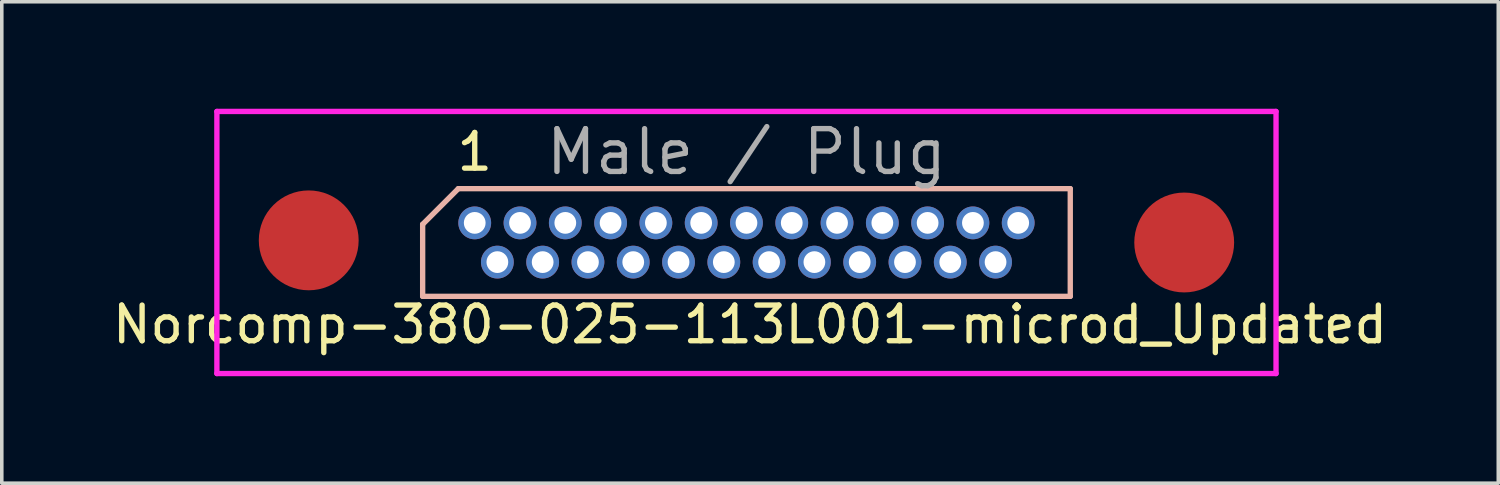
<source format=kicad_pcb>
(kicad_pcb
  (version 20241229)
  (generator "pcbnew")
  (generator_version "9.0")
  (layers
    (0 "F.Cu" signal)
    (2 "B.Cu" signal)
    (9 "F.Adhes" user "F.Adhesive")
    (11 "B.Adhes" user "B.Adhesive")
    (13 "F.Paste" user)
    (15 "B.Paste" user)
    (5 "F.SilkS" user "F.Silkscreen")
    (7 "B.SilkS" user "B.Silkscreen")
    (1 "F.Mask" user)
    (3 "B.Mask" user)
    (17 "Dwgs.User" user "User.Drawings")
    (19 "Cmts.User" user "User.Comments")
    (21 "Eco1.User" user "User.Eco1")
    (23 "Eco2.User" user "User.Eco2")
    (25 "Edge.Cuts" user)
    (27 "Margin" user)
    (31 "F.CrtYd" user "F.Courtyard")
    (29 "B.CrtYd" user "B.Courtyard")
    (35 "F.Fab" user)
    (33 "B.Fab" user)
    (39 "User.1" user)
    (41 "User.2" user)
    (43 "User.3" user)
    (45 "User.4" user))
  (footprint "Norcomp-380-025-113L001-microd_Updated"
    (layer "F.Cu")
    (at 17.882 3.75)
    (property "Reference" "Norcomp-380-025-113L001-microd_Updated" (at 0.1 2.3 0) (layer "F.SilkS") (effects (font (size 1 1) (thickness 0.15))))
    (attr through_hole)
    (fp_line (start -9.08 -0.51) (end -9.08 1.51) (stroke (width 0.15) (type solid)) (layer "B.SilkS"))
    (fp_line (start -9.08 1.51) (end 9.08 1.51) (stroke (width 0.15) (type solid)) (layer "B.SilkS"))
    (fp_line (start -8.08 -1.51) (end -9.08 -0.51) (stroke (width 0.15) (type solid)) (layer "B.SilkS"))
    (fp_line (start 9.08 -1.51) (end -8.08 -1.51) (stroke (width 0.15) (type solid)) (layer "B.SilkS"))
    (fp_line (start 9.08 1.51) (end 9.08 -1.51) (stroke (width 0.15) (type solid)) (layer "B.SilkS"))
    (fp_line (start -14.85 -3.675) (end -14.85 3.675) (stroke (width 0.15) (type solid)) (layer "F.CrtYd"))
    (fp_line (start -14.85 3.675) (end 14.85 3.675) (stroke (width 0.15) (type solid)) (layer "F.CrtYd"))
    (fp_line (start 14.85 -3.675) (end -14.85 -3.675) (stroke (width 0.15) (type solid)) (layer "F.CrtYd"))
    (fp_line (start 14.85 3.675) (end 14.85 -3.675) (stroke (width 0.15) (type solid)) (layer "F.CrtYd"))
    (fp_text user "1" (at -7.62 -2.54 0) (layer "F.SilkS") (effects (font (size 1 1) (thickness 0.15))))
    (fp_text user "Male / Plug" (at 0 -2.54 0) (layer "F.Fab") (effects (font (size 1.2 1.2) (thickness 0.15))))
    (pad "1" thru_hole oval (at -7.62 -0.55) (size 0.92 0.92) (drill 0.61) (layers "*.Cu" "*.Mask"))
    (pad "2" thru_hole oval (at -6.35 -0.55) (size 0.92 0.92) (drill 0.61) (layers "*.Cu" "*.Mask"))
    (pad "3" thru_hole oval (at -5.08 -0.55) (size 0.92 0.92) (drill 0.61) (layers "*.Cu" "*.Mask"))
    (pad "4" thru_hole oval (at -3.81 -0.55) (size 0.92 0.92) (drill 0.61) (layers "*.Cu" "*.Mask"))
    (pad "5" thru_hole oval (at -2.54 -0.55) (size 0.92 0.92) (drill 0.61) (layers "*.Cu" "*.Mask"))
    (pad "6" thru_hole oval (at -1.27 -0.55) (size 0.92 0.92) (drill 0.61) (layers "*.Cu" "*.Mask"))
    (pad "7" thru_hole oval (at 0 -0.55) (size 0.92 0.92) (drill 0.61) (layers "*.Cu" "*.Mask"))
    (pad "8" thru_hole oval (at 1.27 -0.55) (size 0.92 0.92) (drill 0.61) (layers "*.Cu" "*.Mask"))
    (pad "9" thru_hole oval (at 2.54 -0.55) (size 0.92 0.92) (drill 0.61) (layers "*.Cu" "*.Mask"))
    (pad "10" thru_hole oval (at 3.81 -0.55) (size 0.92 0.92) (drill 0.61) (layers "*.Cu" "*.Mask"))
    (pad "11" thru_hole oval (at 5.08 -0.55) (size 0.92 0.92) (drill 0.61) (layers "*.Cu" "*.Mask"))
    (pad "12" thru_hole oval (at 6.35 -0.55) (size 0.92 0.92) (drill 0.61) (layers "*.Cu" "*.Mask"))
    (pad "13" thru_hole oval (at 7.62 -0.55) (size 0.92 0.92) (drill 0.61) (layers "*.Cu" "*.Mask"))
    (pad "14" thru_hole oval (at -6.985 0.55) (size 0.92 0.92) (drill 0.61) (layers "*.Cu" "*.Mask"))
    (pad "15" thru_hole oval (at -5.715 0.55) (size 0.92 0.92) (drill 0.61) (layers "*.Cu" "*.Mask"))
    (pad "16" thru_hole oval (at -4.445 0.55) (size 0.92 0.92) (drill 0.61) (layers "*.Cu" "*.Mask"))
    (pad "17" thru_hole oval (at -3.175 0.55) (size 0.92 0.92) (drill 0.61) (layers "*.Cu" "*.Mask"))
    (pad "18" thru_hole oval (at -1.905 0.55) (size 0.92 0.92) (drill 0.61) (layers "*.Cu" "*.Mask"))
    (pad "19" thru_hole oval (at -0.635 0.55) (size 0.92 0.92) (drill 0.61) (layers "*.Cu" "*.Mask"))
    (pad "20" thru_hole oval (at 0.635 0.55) (size 0.92 0.92) (drill 0.61) (layers "*.Cu" "*.Mask"))
    (pad "21" thru_hole oval (at 1.905 0.55) (size 0.92 0.92) (drill 0.61) (layers "*.Cu" "*.Mask"))
    (pad "22" thru_hole oval (at 3.175 0.55) (size 0.92 0.92) (drill 0.61) (layers "*.Cu" "*.Mask"))
    (pad "23" thru_hole oval (at 4.445 0.55) (size 0.92 0.92) (drill 0.61) (layers "*.Cu" "*.Mask"))
    (pad "24" thru_hole oval (at 5.715 0.55) (size 0.92 0.92) (drill 0.61) (layers "*.Cu" "*.Mask"))
    (pad "25" thru_hole oval (at 6.985 0.55) (size 0.92 0.92) (drill 0.61) (layers "*.Cu" "*.Mask"))
    (pad "GND" smd circle (at -12.275 -0.06) (size 2.8 2.8) (layers "F.Cu" "F.Mask" "F.Paste"))
    (pad "GND" smd circle (at 12.275 0) (size 2.8 2.8) (layers "F.Cu" "F.Mask" "F.Paste")))
  (gr_rect
    (start -3 -3)
    (end 38.964 10.5)
    (stroke (width 0.1) (type default))
    (fill no)
    (layer "Edge.Cuts")))
</source>
